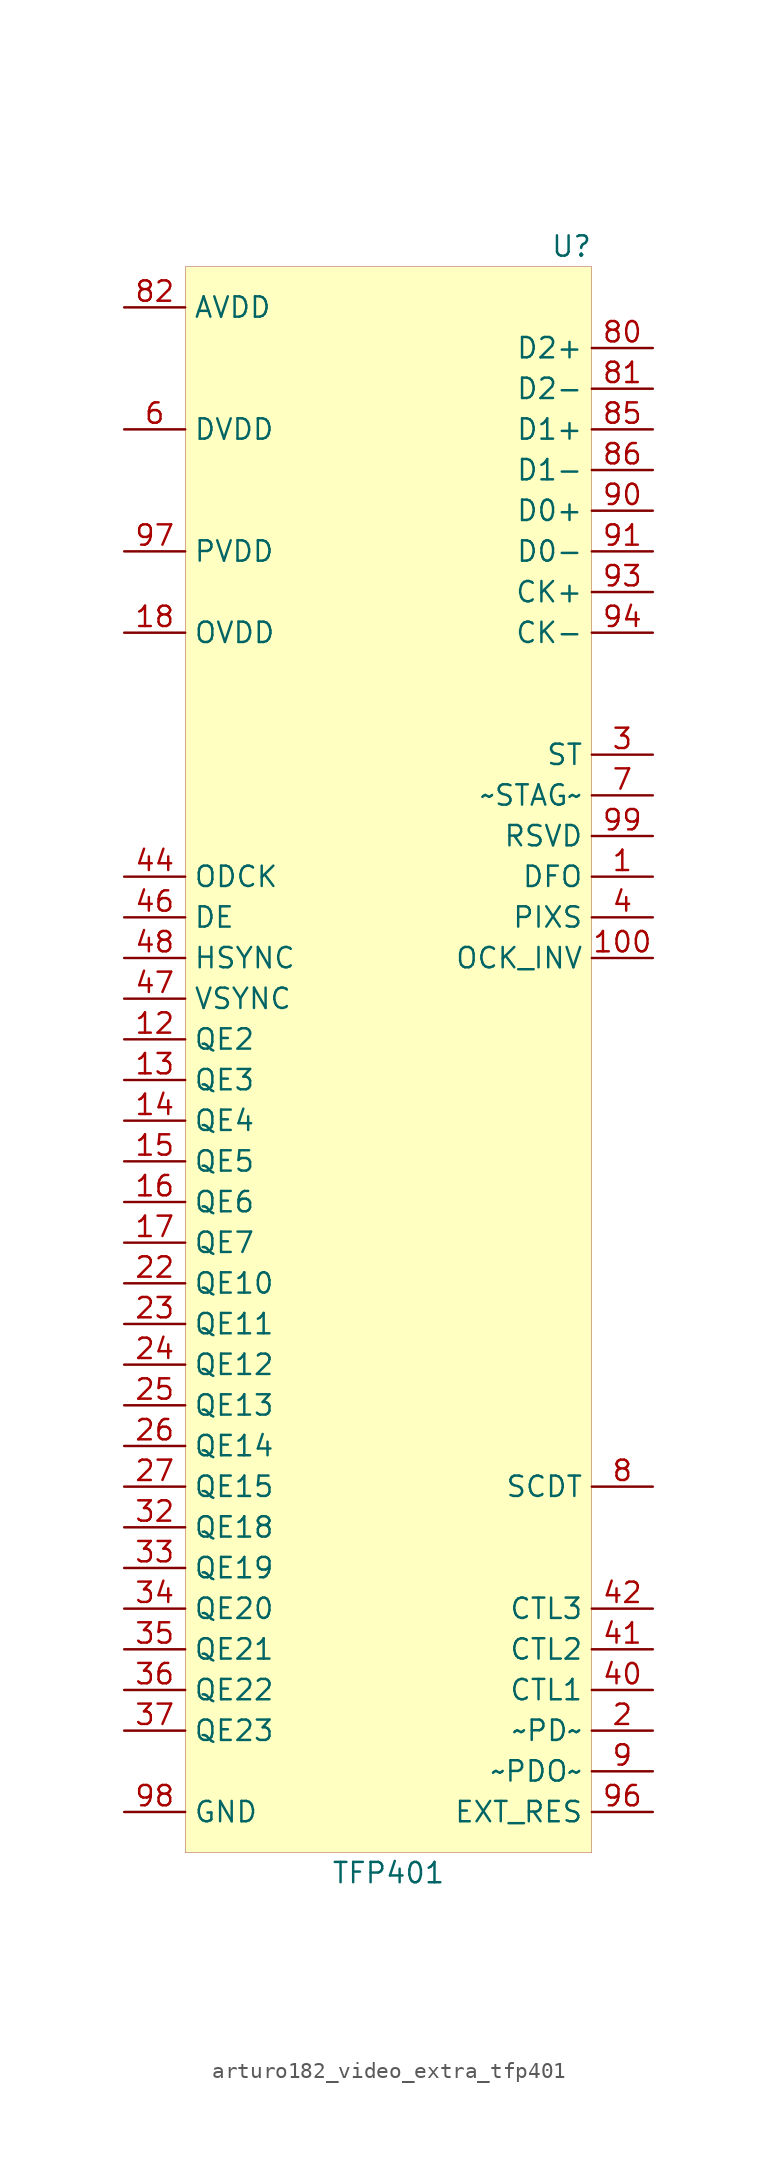
<source format=kicad_sym>
(kicad_symbol_lib
  (version 20220914)
  (generator kicad_symbol_editor)
  (symbol "Video_Extra:arturo182_video_extra_tfp401"
    (property "Reference" "U"
      (at 11.43 57.15 0)
      (effects (font (size 1.27 1.27))))
    (property "Value" "TFP401"
      (at 0 -44.45 0)
      (effects (font (size 1.27 1.27))))
    (symbol "arturo182_video_extra_tfp401_0_0"
      (pin passive line (at -16.51 -40.64 0) (length 3.81) hide (name "GND" (effects (font (size 1.27 1.27)))) (number "79" (effects (font (size 1.27 1.27)))))
      (pin passive line (at -16.51 -40.64 0) (length 3.81) hide (name "GND" (effects (font (size 1.27 1.27)))) (number "83" (effects (font (size 1.27 1.27)))))
      (pin passive line (at -16.51 -40.64 0) (length 3.81) hide (name "GND" (effects (font (size 1.27 1.27)))) (number "87" (effects (font (size 1.27 1.27)))))
      (pin passive line (at -16.51 -40.64 0) (length 3.81) hide (name "GND" (effects (font (size 1.27 1.27)))) (number "89" (effects (font (size 1.27 1.27)))))
      (pin passive line (at -16.51 -40.64 0) (length 3.81) hide (name "GND" (effects (font (size 1.27 1.27)))) (number "92" (effects (font (size 1.27 1.27)))))
      (pin input line (at -16.51 53.34 0) (length 3.81) (name "AVDD" (effects (font (size 1.27 1.27)))) (number "82" (effects (font (size 1.27 1.27)))))
      (pin passive line (at -16.51 53.34 0) (length 3.81) hide (name "AVDD" (effects (font (size 1.27 1.27)))) (number "84" (effects (font (size 1.27 1.27)))))
      (pin passive line (at -16.51 53.34 0) (length 3.81) hide (name "AVDD" (effects (font (size 1.27 1.27)))) (number "88" (effects (font (size 1.27 1.27)))))
      (pin passive line (at -16.51 53.34 0) (length 3.81) hide (name "AVDD" (effects (font (size 1.27 1.27)))) (number "95" (effects (font (size 1.27 1.27)))))
      (pin output line (at 16.51 -27.94 180) (length 3.81) (name "CTL3" (effects (font (size 1.27 1.27)))) (number "42" (effects (font (size 1.27 1.27)))))
      (pin output line (at 16.51 -30.48 180) (length 3.81) (name "CTL2" (effects (font (size 1.27 1.27)))) (number "41" (effects (font (size 1.27 1.27)))))
      (pin output line (at 16.51 -33.02 180) (length 3.81) (name "CTL1" (effects (font (size 1.27 1.27)))) (number "40" (effects (font (size 1.27 1.27)))))
      (pin output line (at -16.51 15.24 0) (length 3.81) (name "DE" (effects (font (size 1.27 1.27)))) (number "46" (effects (font (size 1.27 1.27)))))
      (pin input line (at 16.51 17.78 180) (length 3.81) (name "DFO" (effects (font (size 1.27 1.27)))) (number "1" (effects (font (size 1.27 1.27)))))
      (pin passive line (at -16.51 -40.64 0) (length 3.81) hide (name "GND" (effects (font (size 1.27 1.27)))) (number "5" (effects (font (size 1.27 1.27)))))
      (pin passive line (at -16.51 -40.64 0) (length 3.81) hide (name "GND" (effects (font (size 1.27 1.27)))) (number "39" (effects (font (size 1.27 1.27)))))
      (pin passive line (at -16.51 -40.64 0) (length 3.81) hide (name "GND" (effects (font (size 1.27 1.27)))) (number "68" (effects (font (size 1.27 1.27)))))
      (pin input line (at -16.51 45.72 0) (length 3.81) (name "DVDD" (effects (font (size 1.27 1.27)))) (number "6" (effects (font (size 1.27 1.27)))))
      (pin passive line (at -16.51 45.72 0) (length 3.81) hide (name "DVDD" (effects (font (size 1.27 1.27)))) (number "38" (effects (font (size 1.27 1.27)))))
      (pin passive line (at -16.51 45.72 0) (length 3.81) hide (name "DVDD" (effects (font (size 1.27 1.27)))) (number "67" (effects (font (size 1.27 1.27)))))
      (pin input line (at 16.51 -40.64 180) (length 3.81) (name "EXT_RES" (effects (font (size 1.27 1.27)))) (number "96" (effects (font (size 1.27 1.27)))))
      (pin output line (at -16.51 12.7 0) (length 3.81) (name "HSYNC" (effects (font (size 1.27 1.27)))) (number "48" (effects (font (size 1.27 1.27)))))
      (pin input line (at 16.51 20.32 180) (length 3.81) (name "RSVD" (effects (font (size 1.27 1.27)))) (number "99" (effects (font (size 1.27 1.27)))))
      (pin input line (at -16.51 33.02 0) (length 3.81) (name "OVDD" (effects (font (size 1.27 1.27)))) (number "18" (effects (font (size 1.27 1.27)))))
      (pin passive line (at -16.51 33.02 0) (length 3.81) hide (name "OVDD" (effects (font (size 1.27 1.27)))) (number "29" (effects (font (size 1.27 1.27)))))
      (pin passive line (at -16.51 33.02 0) (length 3.81) hide (name "OVDD" (effects (font (size 1.27 1.27)))) (number "43" (effects (font (size 1.27 1.27)))))
      (pin passive line (at -16.51 33.02 0) (length 3.81) hide (name "OVDD" (effects (font (size 1.27 1.27)))) (number "57" (effects (font (size 1.27 1.27)))))
      (pin passive line (at -16.51 33.02 0) (length 3.81) hide (name "OVDD" (effects (font (size 1.27 1.27)))) (number "78" (effects (font (size 1.27 1.27)))))
      (pin output line (at -16.51 17.78 0) (length 3.81) (name "ODCK" (effects (font (size 1.27 1.27)))) (number "44" (effects (font (size 1.27 1.27)))))
      (pin passive line (at -16.51 -40.64 0) (length 3.81) hide (name "GND" (effects (font (size 1.27 1.27)))) (number "19" (effects (font (size 1.27 1.27)))))
      (pin passive line (at -16.51 -40.64 0) (length 3.81) hide (name "GND" (effects (font (size 1.27 1.27)))) (number "28" (effects (font (size 1.27 1.27)))))
      (pin passive line (at -16.51 -40.64 0) (length 3.81) hide (name "GND" (effects (font (size 1.27 1.27)))) (number "45" (effects (font (size 1.27 1.27)))))
      (pin passive line (at -16.51 -40.64 0) (length 3.81) hide (name "GND" (effects (font (size 1.27 1.27)))) (number "58" (effects (font (size 1.27 1.27)))))
      (pin passive line (at -16.51 -40.64 0) (length 3.81) hide (name "GND" (effects (font (size 1.27 1.27)))) (number "76" (effects (font (size 1.27 1.27)))))
      (pin input line (at 16.51 12.7 180) (length 3.81) (name "OCK_INV" (effects (font (size 1.27 1.27)))) (number "100" (effects (font (size 1.27 1.27)))))
      (pin input line (at 16.51 -35.56 180) (length 3.81) (name "~PD~" (effects (font (size 1.27 1.27)))) (number "2" (effects (font (size 1.27 1.27)))))
      (pin input line (at 16.51 -38.1 180) (length 3.81) (name "~PDO~" (effects (font (size 1.27 1.27)))) (number "9" (effects (font (size 1.27 1.27)))))
      (pin power_in line (at -16.51 -40.64 0) (length 3.81) (name "GND" (effects (font (size 1.27 1.27)))) (number "98" (effects (font (size 1.27 1.27)))))
      (pin input line (at 16.51 15.24 180) (length 3.81) (name "PIXS" (effects (font (size 1.27 1.27)))) (number "4" (effects (font (size 1.27 1.27)))))
      (pin input line (at -16.51 38.1 0) (length 3.81) (name "PVDD" (effects (font (size 1.27 1.27)))) (number "97" (effects (font (size 1.27 1.27)))))
      (pin unconnected line (at -2.54 -31.75 0) (length 3.81) hide (name "QE8" (effects (font (size 1.27 1.27)))) (number "20" (effects (font (size 1.27 1.27)))))
      (pin unconnected line (at -2.54 -34.29 0) (length 3.81) hide (name "QE9" (effects (font (size 1.27 1.27)))) (number "21" (effects (font (size 1.27 1.27)))))
      (pin output line (at -16.51 -7.62 0) (length 3.81) (name "QE10" (effects (font (size 1.27 1.27)))) (number "22" (effects (font (size 1.27 1.27)))))
      (pin output line (at -16.51 -10.16 0) (length 3.81) (name "QE11" (effects (font (size 1.27 1.27)))) (number "23" (effects (font (size 1.27 1.27)))))
      (pin output line (at -16.51 -12.7 0) (length 3.81) (name "QE12" (effects (font (size 1.27 1.27)))) (number "24" (effects (font (size 1.27 1.27)))))
      (pin output line (at -16.51 -15.24 0) (length 3.81) (name "QE13" (effects (font (size 1.27 1.27)))) (number "25" (effects (font (size 1.27 1.27)))))
      (pin output line (at -16.51 -17.78 0) (length 3.81) (name "QE14" (effects (font (size 1.27 1.27)))) (number "26" (effects (font (size 1.27 1.27)))))
      (pin output line (at -16.51 -20.32 0) (length 3.81) (name "QE15" (effects (font (size 1.27 1.27)))) (number "27" (effects (font (size 1.27 1.27)))))
      (pin unconnected line (at -2.54 -36.83 0) (length 3.81) hide (name "QE16" (effects (font (size 1.27 1.27)))) (number "30" (effects (font (size 1.27 1.27)))))
      (pin unconnected line (at -2.54 -39.37 0) (length 3.81) hide (name "QE17" (effects (font (size 1.27 1.27)))) (number "31" (effects (font (size 1.27 1.27)))))
      (pin output line (at -16.51 -22.86 0) (length 3.81) (name "QE18" (effects (font (size 1.27 1.27)))) (number "32" (effects (font (size 1.27 1.27)))))
      (pin output line (at -16.51 -25.4 0) (length 3.81) (name "QE19" (effects (font (size 1.27 1.27)))) (number "33" (effects (font (size 1.27 1.27)))))
      (pin output line (at -16.51 -27.94 0) (length 3.81) (name "QE20" (effects (font (size 1.27 1.27)))) (number "34" (effects (font (size 1.27 1.27)))))
      (pin output line (at -16.51 -30.48 0) (length 3.81) (name "QE21" (effects (font (size 1.27 1.27)))) (number "35" (effects (font (size 1.27 1.27)))))
      (pin output line (at -16.51 -33.02 0) (length 3.81) (name "QE22" (effects (font (size 1.27 1.27)))) (number "36" (effects (font (size 1.27 1.27)))))
      (pin output line (at -16.51 -35.56 0) (length 3.81) (name "QE23" (effects (font (size 1.27 1.27)))) (number "37" (effects (font (size 1.27 1.27)))))
      (pin unconnected line (at -2.54 34.29 0) (length 3.81) hide (name "QO0" (effects (font (size 1.27 1.27)))) (number "49" (effects (font (size 1.27 1.27)))))
      (pin unconnected line (at -2.54 31.75 0) (length 3.81) hide (name "QO1" (effects (font (size 1.27 1.27)))) (number "50" (effects (font (size 1.27 1.27)))))
      (pin unconnected line (at -2.54 29.21 0) (length 3.81) hide (name "QO2" (effects (font (size 1.27 1.27)))) (number "51" (effects (font (size 1.27 1.27)))))
      (pin unconnected line (at -2.54 26.67 0) (length 3.81) hide (name "QO3" (effects (font (size 1.27 1.27)))) (number "52" (effects (font (size 1.27 1.27)))))
      (pin unconnected line (at -2.54 24.13 0) (length 3.81) hide (name "QO4" (effects (font (size 1.27 1.27)))) (number "53" (effects (font (size 1.27 1.27)))))
      (pin unconnected line (at -2.54 21.59 0) (length 3.81) hide (name "QO5" (effects (font (size 1.27 1.27)))) (number "54" (effects (font (size 1.27 1.27)))))
      (pin unconnected line (at -2.54 19.05 0) (length 3.81) hide (name "QO6" (effects (font (size 1.27 1.27)))) (number "55" (effects (font (size 1.27 1.27)))))
      (pin unconnected line (at -2.54 16.51 0) (length 3.81) hide (name "QO7" (effects (font (size 1.27 1.27)))) (number "56" (effects (font (size 1.27 1.27)))))
      (pin unconnected line (at -2.54 13.97 0) (length 3.81) hide (name "QO8" (effects (font (size 1.27 1.27)))) (number "59" (effects (font (size 1.27 1.27)))))
      (pin unconnected line (at -2.54 11.43 0) (length 3.81) hide (name "QO9" (effects (font (size 1.27 1.27)))) (number "60" (effects (font (size 1.27 1.27)))))
      (pin unconnected line (at -2.54 8.89 0) (length 3.81) hide (name "QO10" (effects (font (size 1.27 1.27)))) (number "61" (effects (font (size 1.27 1.27)))))
      (pin unconnected line (at -2.54 6.35 0) (length 3.81) hide (name "QO11" (effects (font (size 1.27 1.27)))) (number "62" (effects (font (size 1.27 1.27)))))
      (pin unconnected line (at -2.54 3.81 0) (length 3.81) hide (name "QO12" (effects (font (size 1.27 1.27)))) (number "63" (effects (font (size 1.27 1.27)))))
      (pin unconnected line (at -2.54 1.27 0) (length 3.81) hide (name "QO13" (effects (font (size 1.27 1.27)))) (number "64" (effects (font (size 1.27 1.27)))))
      (pin unconnected line (at -2.54 -1.27 0) (length 3.81) hide (name "QO14" (effects (font (size 1.27 1.27)))) (number "65" (effects (font (size 1.27 1.27)))))
      (pin unconnected line (at -2.54 -3.81 0) (length 3.81) hide (name "QO15" (effects (font (size 1.27 1.27)))) (number "66" (effects (font (size 1.27 1.27)))))
      (pin unconnected line (at -2.54 -6.35 0) (length 3.81) hide (name "QO16" (effects (font (size 1.27 1.27)))) (number "69" (effects (font (size 1.27 1.27)))))
      (pin unconnected line (at -2.54 -8.89 0) (length 3.81) hide (name "QO17" (effects (font (size 1.27 1.27)))) (number "70" (effects (font (size 1.27 1.27)))))
      (pin unconnected line (at -2.54 -11.43 0) (length 3.81) hide (name "QO18" (effects (font (size 1.27 1.27)))) (number "71" (effects (font (size 1.27 1.27)))))
      (pin unconnected line (at -2.54 -13.97 0) (length 3.81) hide (name "QO19" (effects (font (size 1.27 1.27)))) (number "72" (effects (font (size 1.27 1.27)))))
      (pin unconnected line (at -2.54 -16.51 0) (length 3.81) hide (name "QO20" (effects (font (size 1.27 1.27)))) (number "73" (effects (font (size 1.27 1.27)))))
      (pin unconnected line (at -2.54 -19.05 0) (length 3.81) hide (name "QO21" (effects (font (size 1.27 1.27)))) (number "74" (effects (font (size 1.27 1.27)))))
      (pin unconnected line (at -2.54 -21.59 0) (length 3.81) hide (name "QO22" (effects (font (size 1.27 1.27)))) (number "75" (effects (font (size 1.27 1.27)))))
      (pin unconnected line (at -2.54 -24.13 0) (length 3.81) hide (name "QO23" (effects (font (size 1.27 1.27)))) (number "77" (effects (font (size 1.27 1.27)))))
      (pin unconnected line (at -2.54 -26.67 0) (length 3.81) hide (name "QE0" (effects (font (size 1.27 1.27)))) (number "10" (effects (font (size 1.27 1.27)))))
      (pin unconnected line (at -2.54 -29.21 0) (length 3.81) hide (name "QE1" (effects (font (size 1.27 1.27)))) (number "11" (effects (font (size 1.27 1.27)))))
      (pin output line (at -16.51 7.62 0) (length 3.81) (name "QE2" (effects (font (size 1.27 1.27)))) (number "12" (effects (font (size 1.27 1.27)))))
      (pin output line (at -16.51 5.08 0) (length 3.81) (name "QE3" (effects (font (size 1.27 1.27)))) (number "13" (effects (font (size 1.27 1.27)))))
      (pin output line (at -16.51 2.54 0) (length 3.81) (name "QE4" (effects (font (size 1.27 1.27)))) (number "14" (effects (font (size 1.27 1.27)))))
      (pin output line (at -16.51 0 0) (length 3.81) (name "QE5" (effects (font (size 1.27 1.27)))) (number "15" (effects (font (size 1.27 1.27)))))
      (pin output line (at -16.51 -2.54 0) (length 3.81) (name "QE6" (effects (font (size 1.27 1.27)))) (number "16" (effects (font (size 1.27 1.27)))))
      (pin output line (at -16.51 -5.08 0) (length 3.81) (name "QE7" (effects (font (size 1.27 1.27)))) (number "17" (effects (font (size 1.27 1.27)))))
      (pin bidirectional line (at 16.51 35.56 180) (length 3.81) (name "CK+" (effects (font (size 1.27 1.27)))) (number "93" (effects (font (size 1.27 1.27)))))
      (pin bidirectional line (at 16.51 33.02 180) (length 3.81) (name "CK-" (effects (font (size 1.27 1.27)))) (number "94" (effects (font (size 1.27 1.27)))))
      (pin bidirectional line (at 16.51 40.64 180) (length 3.81) (name "D0+" (effects (font (size 1.27 1.27)))) (number "90" (effects (font (size 1.27 1.27)))))
      (pin bidirectional line (at 16.51 38.1 180) (length 3.81) (name "D0-" (effects (font (size 1.27 1.27)))) (number "91" (effects (font (size 1.27 1.27)))))
      (pin bidirectional line (at 16.51 45.72 180) (length 3.81) (name "D1+" (effects (font (size 1.27 1.27)))) (number "85" (effects (font (size 1.27 1.27)))))
      (pin bidirectional line (at 16.51 43.18 180) (length 3.81) (name "D1-" (effects (font (size 1.27 1.27)))) (number "86" (effects (font (size 1.27 1.27)))))
      (pin bidirectional line (at 16.51 50.8 180) (length 3.81) (name "D2+" (effects (font (size 1.27 1.27)))) (number "80" (effects (font (size 1.27 1.27)))))
      (pin bidirectional line (at 16.51 48.26 180) (length 3.81) (name "D2-" (effects (font (size 1.27 1.27)))) (number "81" (effects (font (size 1.27 1.27)))))
      (pin output line (at 16.51 -20.32 180) (length 3.81) (name "SCDT" (effects (font (size 1.27 1.27)))) (number "8" (effects (font (size 1.27 1.27)))))
      (pin input line (at 16.51 25.4 180) (length 3.81) (name "ST" (effects (font (size 1.27 1.27)))) (number "3" (effects (font (size 1.27 1.27)))))
      (pin input line (at 16.51 22.86 180) (length 3.81) (name "~STAG~" (effects (font (size 1.27 1.27)))) (number "7" (effects (font (size 1.27 1.27)))))
      (pin output line (at -16.51 10.16 0) (length 3.81) (name "VSYNC" (effects (font (size 1.27 1.27)))) (number "47" (effects (font (size 1.27 1.27)))))
      (pin passive line (at -16.51 -40.64 0) (length 3.81) hide (name "GND" (effects (font (size 1.27 1.27)))) (number "101" (effects (font (size 1.27 1.27))))))
    (symbol "arturo182_video_extra_tfp401_0_1"
      (rectangle (start -12.7 55.88) (end 12.7 -43.18) (stroke (width 0.001)) (fill (type background))))))
</source>
